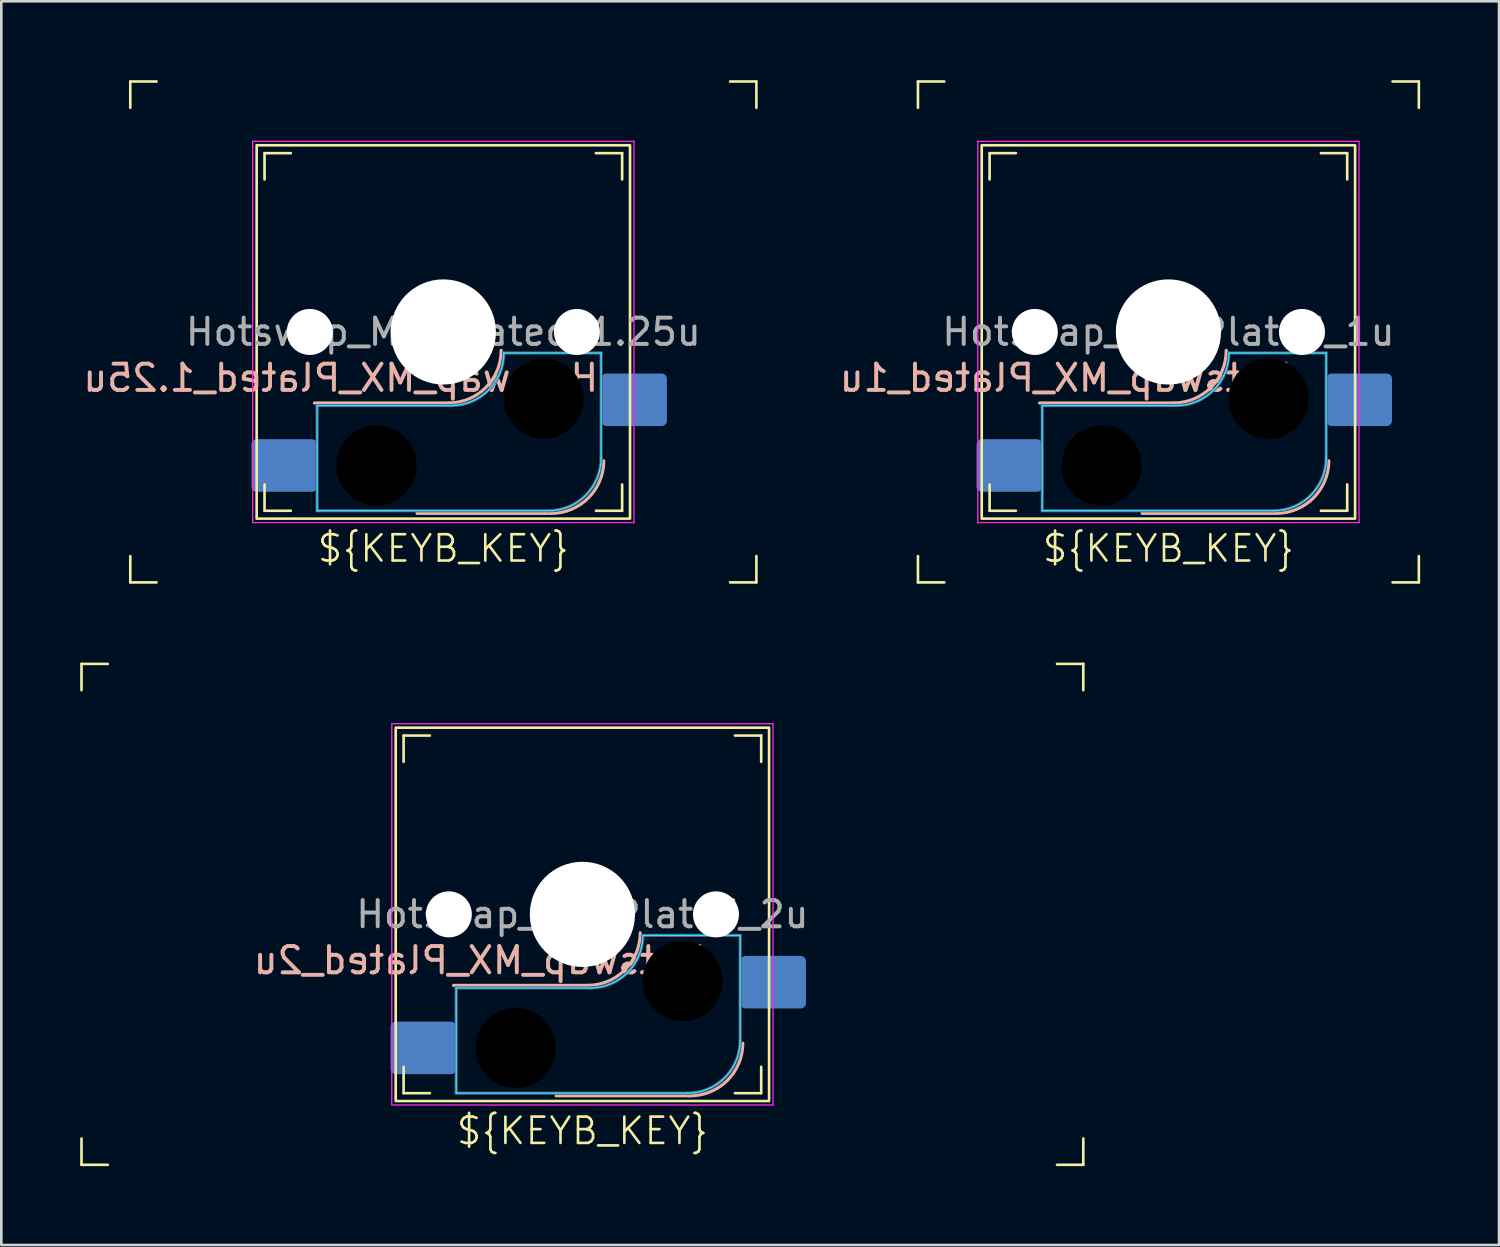
<source format=kicad_pcb>
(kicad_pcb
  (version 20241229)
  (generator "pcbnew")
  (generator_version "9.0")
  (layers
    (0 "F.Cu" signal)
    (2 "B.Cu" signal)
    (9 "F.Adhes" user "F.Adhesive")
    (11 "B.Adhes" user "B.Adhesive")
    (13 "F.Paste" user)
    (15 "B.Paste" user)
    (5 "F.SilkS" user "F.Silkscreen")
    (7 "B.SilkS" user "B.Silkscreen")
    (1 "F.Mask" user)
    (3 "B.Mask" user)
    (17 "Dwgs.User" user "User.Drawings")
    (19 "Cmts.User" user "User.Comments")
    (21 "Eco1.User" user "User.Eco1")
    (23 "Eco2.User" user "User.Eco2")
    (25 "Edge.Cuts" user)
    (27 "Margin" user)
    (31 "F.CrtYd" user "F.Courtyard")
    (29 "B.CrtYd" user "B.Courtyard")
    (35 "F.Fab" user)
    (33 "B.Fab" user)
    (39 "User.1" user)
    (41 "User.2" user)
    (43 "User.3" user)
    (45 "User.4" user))
  (footprint "Hotswap_MX_Plated_1u"
    (layer "F.Cu")
    (at 41.387 9.575)
    (property "Reference" "Hotswap_MX_Plated_1u" (at -3.9 1.75 180) (layer "B.SilkS") (effects (font (size 1 1) (thickness 0.15)) (justify mirror)))
    (attr smd allow_soldermask_bridges)
    (fp_line (start -9.525 -9.525) (end -8.525 -9.525) (stroke (width 0.1) (type default)) (layer "F.SilkS"))
    (fp_line (start -9.525 -8.525) (end -9.525 -9.525) (stroke (width 0.1) (type default)) (layer "F.SilkS"))
    (fp_line (start -9.525 9.525) (end -9.525 8.525) (stroke (width 0.1) (type default)) (layer "F.SilkS"))
    (fp_line (start -8.525 9.525) (end -9.525 9.525) (stroke (width 0.1) (type default)) (layer "F.SilkS"))
    (fp_line (start -6.8 -6.8) (end -5.8 -6.8) (stroke (width 0.1) (type default)) (layer "F.SilkS"))
    (fp_line (start -6.8 -5.8) (end -6.8 -6.8) (stroke (width 0.1) (type default)) (layer "F.SilkS"))
    (fp_line (start -6.8 6.8) (end -6.8 5.8) (stroke (width 0.1) (type default)) (layer "F.SilkS"))
    (fp_line (start -5.8 6.8) (end -6.8 6.8) (stroke (width 0.1) (type default)) (layer "F.SilkS"))
    (fp_line (start 5.8 -6.8) (end 6.8 -6.8) (stroke (width 0.1) (type default)) (layer "F.SilkS"))
    (fp_line (start 6.8 -6.8) (end 6.8 -5.8) (stroke (width 0.1) (type default)) (layer "F.SilkS"))
    (fp_line (start 6.8 5.8) (end 6.8 6.8) (stroke (width 0.1) (type default)) (layer "F.SilkS"))
    (fp_line (start 6.8 6.8) (end 5.8 6.8) (stroke (width 0.1) (type default)) (layer "F.SilkS"))
    (fp_line (start 8.525 -9.525) (end 9.525 -9.525) (stroke (width 0.1) (type default)) (layer "F.SilkS"))
    (fp_line (start 9.525 -9.525) (end 9.525 -8.525) (stroke (width 0.1) (type default)) (layer "F.SilkS"))
    (fp_line (start 9.525 8.525) (end 9.525 9.525) (stroke (width 0.1) (type default)) (layer "F.SilkS"))
    (fp_line (start 9.525 9.525) (end 8.525 9.525) (stroke (width 0.1) (type default)) (layer "F.SilkS"))
    (fp_rect (start -7.1 -7.1) (end 7.1 7.1) (stroke (width 0.1) (type default)) (fill no) (layer "F.SilkS"))
    (fp_line (start 0.2 2.7) (end -4.9 2.7) (stroke (width 0.12) (type solid)) (layer "B.SilkS"))
    (fp_line (start 4.1 6.9) (end -1 6.9) (stroke (width 0.12) (type solid)) (layer "B.SilkS"))
    (fp_arc (start 2.2 0.7) (mid 1.614214 2.114214) (end 0.2 2.7) (stroke (width 0.12) (type solid)) (layer "B.SilkS"))
    (fp_arc (start 6.1 4.9) (mid 5.514214 6.314214) (end 4.1 6.9) (stroke (width 0.12) (type solid)) (layer "B.SilkS"))
    (fp_line (start -4.8 6.8) (end -4.8 2.8) (stroke (width 0.05) (type solid)) (layer "B.CrtYd"))
    (fp_line (start 0.3 2.8) (end -4.8 2.8) (stroke (width 0.05) (type solid)) (layer "B.CrtYd"))
    (fp_line (start 4 6.8) (end -4.8 6.8) (stroke (width 0.05) (type solid)) (layer "B.CrtYd"))
    (fp_line (start 6 0.8) (end 2.3 0.8) (stroke (width 0.05) (type solid)) (layer "B.CrtYd"))
    (fp_line (start 6 0.8) (end 6 4.8) (stroke (width 0.05) (type solid)) (layer "B.CrtYd"))
    (fp_arc (start 2.3 0.8) (mid 1.714214 2.214214) (end 0.3 2.8) (stroke (width 0.05) (type solid)) (layer "B.CrtYd"))
    (fp_arc (start 6 4.8) (mid 5.414214 6.214214) (end 4 6.8) (stroke (width 0.05) (type solid)) (layer "B.CrtYd"))
    (fp_line (start -7.25 -7.25) (end -7.25 7.25) (stroke (width 0.05) (type solid)) (layer "F.CrtYd"))
    (fp_line (start -7.25 7.25) (end 7.25 7.25) (stroke (width 0.05) (type solid)) (layer "F.CrtYd"))
    (fp_line (start 7.25 -7.25) (end -7.25 -7.25) (stroke (width 0.05) (type solid)) (layer "F.CrtYd"))
    (fp_line (start 7.25 7.25) (end 7.25 -7.25) (stroke (width 0.05) (type solid)) (layer "F.CrtYd"))
    (fp_line (start -4.8 6.8) (end -4.8 2.8) (stroke (width 0.12) (type solid)) (layer "B.Fab"))
    (fp_line (start 0.3 2.8) (end -4.8 2.8) (stroke (width 0.12) (type solid)) (layer "B.Fab"))
    (fp_line (start 4 6.8) (end -4.8 6.8) (stroke (width 0.12) (type solid)) (layer "B.Fab"))
    (fp_line (start 6 0.8) (end 2.3 0.8) (stroke (width 0.12) (type solid)) (layer "B.Fab"))
    (fp_line (start 6 0.8) (end 6 4.8) (stroke (width 0.12) (type solid)) (layer "B.Fab"))
    (fp_arc (start 2.3 0.8) (mid 1.714214 2.214214) (end 0.3 2.8) (stroke (width 0.12) (type solid)) (layer "B.Fab"))
    (fp_arc (start 6 4.8) (mid 5.414214 6.214214) (end 4 6.8) (stroke (width 0.12) (type solid)) (layer "B.Fab"))
    (fp_text user "${KEYB_KEY}" (at 0 8.82 0) (unlocked yes) (layer "F.SilkS") (effects (font (size 1 1) (thickness 0.1)) (justify bottom)))
    (fp_text user "${REFERENCE}" (at 0 0 180) (layer "F.Fab") (effects (font (size 1 1) (thickness 0.15))))
    (pad "" np_thru_hole circle (at -5.08 0 180) (size 1.75 1.75) (drill 1.75) (layers "*.Cu" "*.Mask"))
    (pad "" np_thru_hole circle (at -2.54 5.08 180) (size 3.05 3.05) (drill 3.05) (layers "*.Mask"))
    (pad "" np_thru_hole circle (at 0 0 180) (size 4 4) (drill 4) (layers "*.Cu" "*.Mask"))
    (pad "" np_thru_hole circle (at 3.81 2.54 180) (size 3.05 3.05) (drill 3.05) (layers "*.Mask"))
    (pad "" np_thru_hole circle (at 5.08 0 180) (size 1.75 1.75) (drill 1.75) (layers "*.Cu" "*.Mask"))
    (pad "1" smd roundrect (at 7.253 2.58 180) (size 2.5 2) (layers "B.Cu" "B.Mask" "B.Paste") (roundrect_rratio 0.1))
    (pad "2" smd roundrect (at -6.048 5.08 180) (size 2.5 2) (layers "B.Cu" "B.Mask" "B.Paste") (roundrect_rratio 0.1)))
  (footprint "Hotswap_MX_Plated_1.25u"
    (layer "F.Cu")
    (at 13.811 9.575)
    (property "Reference" "Hotswap_MX_Plated_1.25u" (at -3.9 1.75 180) (layer "B.SilkS") (effects (font (size 1 1) (thickness 0.15)) (justify mirror)))
    (attr smd allow_soldermask_bridges)
    (fp_line (start -11.906 -9.525) (end -10.906 -9.525) (stroke (width 0.1) (type default)) (layer "F.SilkS"))
    (fp_line (start -11.906 -8.525) (end -11.906 -9.525) (stroke (width 0.1) (type default)) (layer "F.SilkS"))
    (fp_line (start -11.906 9.525) (end -11.906 8.525) (stroke (width 0.1) (type default)) (layer "F.SilkS"))
    (fp_line (start -10.906 9.525) (end -11.906 9.525) (stroke (width 0.1) (type default)) (layer "F.SilkS"))
    (fp_line (start -6.8 -6.8) (end -5.8 -6.8) (stroke (width 0.1) (type default)) (layer "F.SilkS"))
    (fp_line (start -6.8 -5.8) (end -6.8 -6.8) (stroke (width 0.1) (type default)) (layer "F.SilkS"))
    (fp_line (start -6.8 6.8) (end -6.8 5.8) (stroke (width 0.1) (type default)) (layer "F.SilkS"))
    (fp_line (start -5.8 6.8) (end -6.8 6.8) (stroke (width 0.1) (type default)) (layer "F.SilkS"))
    (fp_line (start 5.8 -6.8) (end 6.8 -6.8) (stroke (width 0.1) (type default)) (layer "F.SilkS"))
    (fp_line (start 6.8 -6.8) (end 6.8 -5.8) (stroke (width 0.1) (type default)) (layer "F.SilkS"))
    (fp_line (start 6.8 5.8) (end 6.8 6.8) (stroke (width 0.1) (type default)) (layer "F.SilkS"))
    (fp_line (start 6.8 6.8) (end 5.8 6.8) (stroke (width 0.1) (type default)) (layer "F.SilkS"))
    (fp_line (start 10.906 -9.525) (end 11.906 -9.525) (stroke (width 0.1) (type default)) (layer "F.SilkS"))
    (fp_line (start 11.906 -9.525) (end 11.906 -8.525) (stroke (width 0.1) (type default)) (layer "F.SilkS"))
    (fp_line (start 11.906 8.525) (end 11.906 9.525) (stroke (width 0.1) (type default)) (layer "F.SilkS"))
    (fp_line (start 11.906 9.525) (end 10.906 9.525) (stroke (width 0.1) (type default)) (layer "F.SilkS"))
    (fp_rect (start -7.1 -7.1) (end 7.1 7.1) (stroke (width 0.1) (type default)) (fill no) (layer "F.SilkS"))
    (fp_line (start 0.2 2.7) (end -4.9 2.7) (stroke (width 0.12) (type solid)) (layer "B.SilkS"))
    (fp_line (start 4.1 6.9) (end -1 6.9) (stroke (width 0.12) (type solid)) (layer "B.SilkS"))
    (fp_arc (start 2.2 0.7) (mid 1.614214 2.114214) (end 0.2 2.7) (stroke (width 0.12) (type solid)) (layer "B.SilkS"))
    (fp_arc (start 6.1 4.9) (mid 5.514214 6.314214) (end 4.1 6.9) (stroke (width 0.12) (type solid)) (layer "B.SilkS"))
    (fp_line (start -4.8 6.8) (end -4.8 2.8) (stroke (width 0.05) (type solid)) (layer "B.CrtYd"))
    (fp_line (start 0.3 2.8) (end -4.8 2.8) (stroke (width 0.05) (type solid)) (layer "B.CrtYd"))
    (fp_line (start 4 6.8) (end -4.8 6.8) (stroke (width 0.05) (type solid)) (layer "B.CrtYd"))
    (fp_line (start 6 0.8) (end 2.3 0.8) (stroke (width 0.05) (type solid)) (layer "B.CrtYd"))
    (fp_line (start 6 0.8) (end 6 4.8) (stroke (width 0.05) (type solid)) (layer "B.CrtYd"))
    (fp_arc (start 2.3 0.8) (mid 1.714214 2.214214) (end 0.3 2.8) (stroke (width 0.05) (type solid)) (layer "B.CrtYd"))
    (fp_arc (start 6 4.8) (mid 5.414214 6.214214) (end 4 6.8) (stroke (width 0.05) (type solid)) (layer "B.CrtYd"))
    (fp_line (start -7.25 -7.25) (end -7.25 7.25) (stroke (width 0.05) (type solid)) (layer "F.CrtYd"))
    (fp_line (start -7.25 7.25) (end 7.25 7.25) (stroke (width 0.05) (type solid)) (layer "F.CrtYd"))
    (fp_line (start 7.25 -7.25) (end -7.25 -7.25) (stroke (width 0.05) (type solid)) (layer "F.CrtYd"))
    (fp_line (start 7.25 7.25) (end 7.25 -7.25) (stroke (width 0.05) (type solid)) (layer "F.CrtYd"))
    (fp_line (start -4.8 6.8) (end -4.8 2.8) (stroke (width 0.12) (type solid)) (layer "B.Fab"))
    (fp_line (start 0.3 2.8) (end -4.8 2.8) (stroke (width 0.12) (type solid)) (layer "B.Fab"))
    (fp_line (start 4 6.8) (end -4.8 6.8) (stroke (width 0.12) (type solid)) (layer "B.Fab"))
    (fp_line (start 6 0.8) (end 2.3 0.8) (stroke (width 0.12) (type solid)) (layer "B.Fab"))
    (fp_line (start 6 0.8) (end 6 4.8) (stroke (width 0.12) (type solid)) (layer "B.Fab"))
    (fp_arc (start 2.3 0.8) (mid 1.714214 2.214214) (end 0.3 2.8) (stroke (width 0.12) (type solid)) (layer "B.Fab"))
    (fp_arc (start 6 4.8) (mid 5.414214 6.214214) (end 4 6.8) (stroke (width 0.12) (type solid)) (layer "B.Fab"))
    (fp_text user "${KEYB_KEY}" (at 0 8.82 0) (unlocked yes) (layer "F.SilkS") (effects (font (size 1 1) (thickness 0.1)) (justify bottom)))
    (fp_text user "${REFERENCE}" (at 0 0 180) (layer "F.Fab") (effects (font (size 1 1) (thickness 0.15))))
    (pad "" np_thru_hole circle (at -5.08 0 180) (size 1.75 1.75) (drill 1.75) (layers "*.Cu" "*.Mask"))
    (pad "" np_thru_hole circle (at -2.54 5.08 180) (size 3.05 3.05) (drill 3.05) (layers "*.Mask"))
    (pad "" np_thru_hole circle (at 0 0 180) (size 4 4) (drill 4) (layers "*.Cu" "*.Mask"))
    (pad "" np_thru_hole circle (at 3.81 2.54 180) (size 3.05 3.05) (drill 3.05) (layers "*.Mask"))
    (pad "" np_thru_hole circle (at 5.08 0 180) (size 1.75 1.75) (drill 1.75) (layers "*.Cu" "*.Mask"))
    (pad "1" smd roundrect (at 7.253 2.58 180) (size 2.5 2) (layers "B.Cu" "B.Mask" "B.Paste") (roundrect_rratio 0.1))
    (pad "2" smd roundrect (at -6.048 5.08 180) (size 2.5 2) (layers "B.Cu" "B.Mask" "B.Paste") (roundrect_rratio 0.1)))
  (footprint "Hotswap_MX_Plated_2u"
    (layer "F.Cu")
    (at 19.1 31.725)
    (property "Reference" "Hotswap_MX_Plated_2u" (at -3.9 1.75 180) (layer "B.SilkS") (effects (font (size 1 1) (thickness 0.15)) (justify mirror)))
    (attr smd allow_soldermask_bridges)
    (fp_line (start -19.05 -9.525) (end -18.05 -9.525) (stroke (width 0.1) (type default)) (layer "F.SilkS"))
    (fp_line (start -19.05 -8.525) (end -19.05 -9.525) (stroke (width 0.1) (type default)) (layer "F.SilkS"))
    (fp_line (start -19.05 9.525) (end -19.05 8.525) (stroke (width 0.1) (type default)) (layer "F.SilkS"))
    (fp_line (start -18.05 9.525) (end -19.05 9.525) (stroke (width 0.1) (type default)) (layer "F.SilkS"))
    (fp_line (start -6.8 -6.8) (end -5.8 -6.8) (stroke (width 0.1) (type default)) (layer "F.SilkS"))
    (fp_line (start -6.8 -5.8) (end -6.8 -6.8) (stroke (width 0.1) (type default)) (layer "F.SilkS"))
    (fp_line (start -6.8 6.8) (end -6.8 5.8) (stroke (width 0.1) (type default)) (layer "F.SilkS"))
    (fp_line (start -5.8 6.8) (end -6.8 6.8) (stroke (width 0.1) (type default)) (layer "F.SilkS"))
    (fp_line (start 5.8 -6.8) (end 6.8 -6.8) (stroke (width 0.1) (type default)) (layer "F.SilkS"))
    (fp_line (start 6.8 -6.8) (end 6.8 -5.8) (stroke (width 0.1) (type default)) (layer "F.SilkS"))
    (fp_line (start 6.8 5.8) (end 6.8 6.8) (stroke (width 0.1) (type default)) (layer "F.SilkS"))
    (fp_line (start 6.8 6.8) (end 5.8 6.8) (stroke (width 0.1) (type default)) (layer "F.SilkS"))
    (fp_line (start 18.05 -9.525) (end 19.05 -9.525) (stroke (width 0.1) (type default)) (layer "F.SilkS"))
    (fp_line (start 19.05 -9.525) (end 19.05 -8.525) (stroke (width 0.1) (type default)) (layer "F.SilkS"))
    (fp_line (start 19.05 8.525) (end 19.05 9.525) (stroke (width 0.1) (type default)) (layer "F.SilkS"))
    (fp_line (start 19.05 9.525) (end 18.05 9.525) (stroke (width 0.1) (type default)) (layer "F.SilkS"))
    (fp_rect (start -7.1 -7.1) (end 7.1 7.1) (stroke (width 0.1) (type default)) (fill no) (layer "F.SilkS"))
    (fp_line (start 0.2 2.7) (end -4.9 2.7) (stroke (width 0.12) (type solid)) (layer "B.SilkS"))
    (fp_line (start 4.1 6.9) (end -1 6.9) (stroke (width 0.12) (type solid)) (layer "B.SilkS"))
    (fp_arc (start 2.2 0.7) (mid 1.614214 2.114214) (end 0.2 2.7) (stroke (width 0.12) (type solid)) (layer "B.SilkS"))
    (fp_arc (start 6.1 4.9) (mid 5.514214 6.314214) (end 4.1 6.9) (stroke (width 0.12) (type solid)) (layer "B.SilkS"))
    (fp_line (start -4.8 6.8) (end -4.8 2.8) (stroke (width 0.05) (type solid)) (layer "B.CrtYd"))
    (fp_line (start 0.3 2.8) (end -4.8 2.8) (stroke (width 0.05) (type solid)) (layer "B.CrtYd"))
    (fp_line (start 4 6.8) (end -4.8 6.8) (stroke (width 0.05) (type solid)) (layer "B.CrtYd"))
    (fp_line (start 6 0.8) (end 2.3 0.8) (stroke (width 0.05) (type solid)) (layer "B.CrtYd"))
    (fp_line (start 6 0.8) (end 6 4.8) (stroke (width 0.05) (type solid)) (layer "B.CrtYd"))
    (fp_arc (start 2.3 0.8) (mid 1.714214 2.214214) (end 0.3 2.8) (stroke (width 0.05) (type solid)) (layer "B.CrtYd"))
    (fp_arc (start 6 4.8) (mid 5.414214 6.214214) (end 4 6.8) (stroke (width 0.05) (type solid)) (layer "B.CrtYd"))
    (fp_line (start -7.25 -7.25) (end -7.25 7.25) (stroke (width 0.05) (type solid)) (layer "F.CrtYd"))
    (fp_line (start -7.25 7.25) (end 7.25 7.25) (stroke (width 0.05) (type solid)) (layer "F.CrtYd"))
    (fp_line (start 7.25 -7.25) (end -7.25 -7.25) (stroke (width 0.05) (type solid)) (layer "F.CrtYd"))
    (fp_line (start 7.25 7.25) (end 7.25 -7.25) (stroke (width 0.05) (type solid)) (layer "F.CrtYd"))
    (fp_line (start -4.8 6.8) (end -4.8 2.8) (stroke (width 0.12) (type solid)) (layer "B.Fab"))
    (fp_line (start 0.3 2.8) (end -4.8 2.8) (stroke (width 0.12) (type solid)) (layer "B.Fab"))
    (fp_line (start 4 6.8) (end -4.8 6.8) (stroke (width 0.12) (type solid)) (layer "B.Fab"))
    (fp_line (start 6 0.8) (end 2.3 0.8) (stroke (width 0.12) (type solid)) (layer "B.Fab"))
    (fp_line (start 6 0.8) (end 6 4.8) (stroke (width 0.12) (type solid)) (layer "B.Fab"))
    (fp_arc (start 2.3 0.8) (mid 1.714214 2.214214) (end 0.3 2.8) (stroke (width 0.12) (type solid)) (layer "B.Fab"))
    (fp_arc (start 6 4.8) (mid 5.414214 6.214214) (end 4 6.8) (stroke (width 0.12) (type solid)) (layer "B.Fab"))
    (fp_text user "${KEYB_KEY}" (at 0 8.82 0) (unlocked yes) (layer "F.SilkS") (effects (font (size 1 1) (thickness 0.1)) (justify bottom)))
    (fp_text user "${REFERENCE}" (at 0 0 180) (layer "F.Fab") (effects (font (size 1 1) (thickness 0.15))))
    (pad "" np_thru_hole circle (at -5.08 0 180) (size 1.75 1.75) (drill 1.75) (layers "*.Cu" "*.Mask"))
    (pad "" np_thru_hole circle (at -2.54 5.08 180) (size 3.05 3.05) (drill 3.05) (layers "*.Mask"))
    (pad "" np_thru_hole circle (at 0 0 180) (size 4 4) (drill 4) (layers "*.Cu" "*.Mask"))
    (pad "" np_thru_hole circle (at 3.81 2.54 180) (size 3.05 3.05) (drill 3.05) (layers "*.Mask"))
    (pad "" np_thru_hole circle (at 5.08 0 180) (size 1.75 1.75) (drill 1.75) (layers "*.Cu" "*.Mask"))
    (pad "1" smd roundrect (at 7.253 2.58 180) (size 2.5 2) (layers "B.Cu" "B.Mask" "B.Paste") (roundrect_rratio 0.1))
    (pad "2" smd roundrect (at -6.048 5.08 180) (size 2.5 2) (layers "B.Cu" "B.Mask" "B.Paste") (roundrect_rratio 0.1)))
  (gr_rect
    (start -3 -3)
    (end 53.962 44.3)
    (stroke (width 0.1) (type default))
    (fill no)
    (layer "Edge.Cuts")))
</source>
